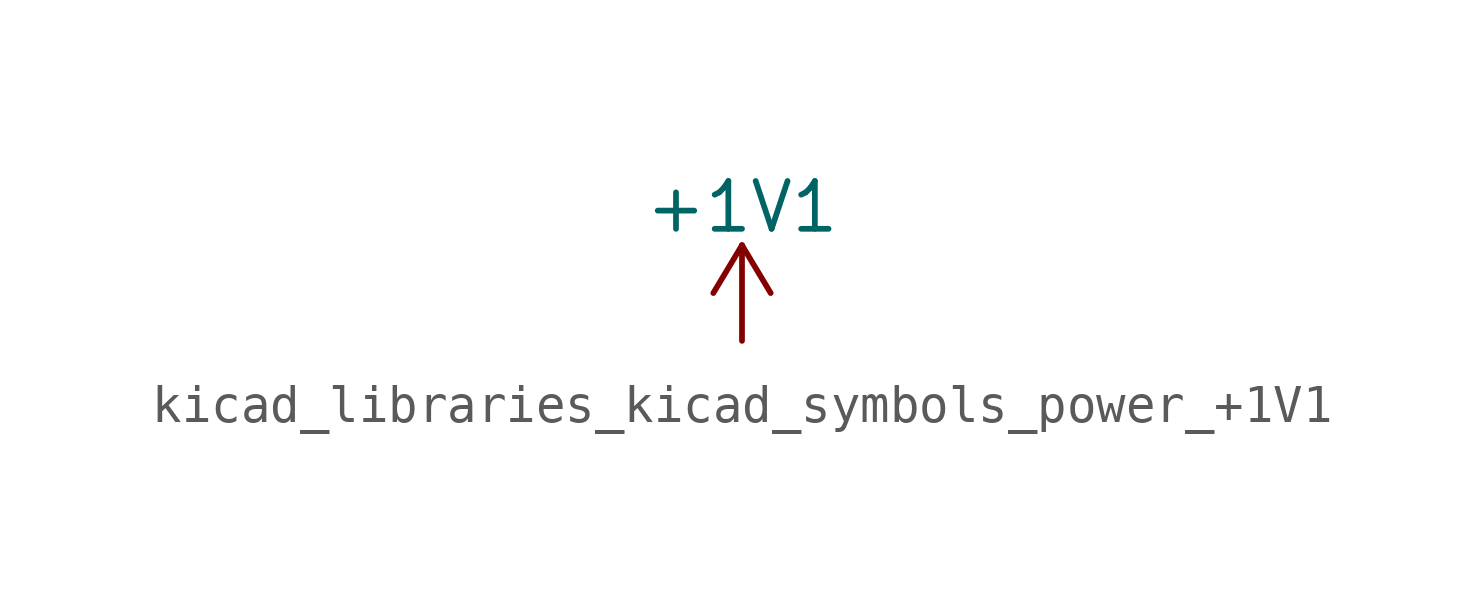
<source format=kicad_sym>
(kicad_symbol_lib
  (version 20220914)
  (generator kicad_symbol_editor)
  (symbol "kicad_libraries_kicad_symbols_power_+1V1"
    (power)
    (pin_names
      (offset 0))
    (property "Reference" "#PWR"
      (at 0 -3.81 0)
      (effects (font (size 1.27 1.27)) hide))
    (property "Value" "+1V1"
      (at 0 3.556 0)
      (effects (font (size 1.27 1.27))))
    (symbol "kicad_libraries_kicad_symbols_power_+1V1_0_1"
      (polyline (pts (xy -0.762 1.27) (xy 0 2.54)) (stroke (width 0) (type default)) (fill (type none)))
      (polyline (pts (xy 0 0) (xy 0 2.54)) (stroke (width 0) (type default)) (fill (type none)))
      (polyline (pts (xy 0 2.54) (xy 0.762 1.27)) (stroke (width 0) (type default)) (fill (type none))))
    (symbol "kicad_libraries_kicad_symbols_power_+1V1_1_1"
      (pin power_in line (at 0 0 90) (length 0) hide (name "+1V1" (effects (font (size 1.27 1.27)))) (number "1" (effects (font (size 1.27 1.27))))))))
</source>
